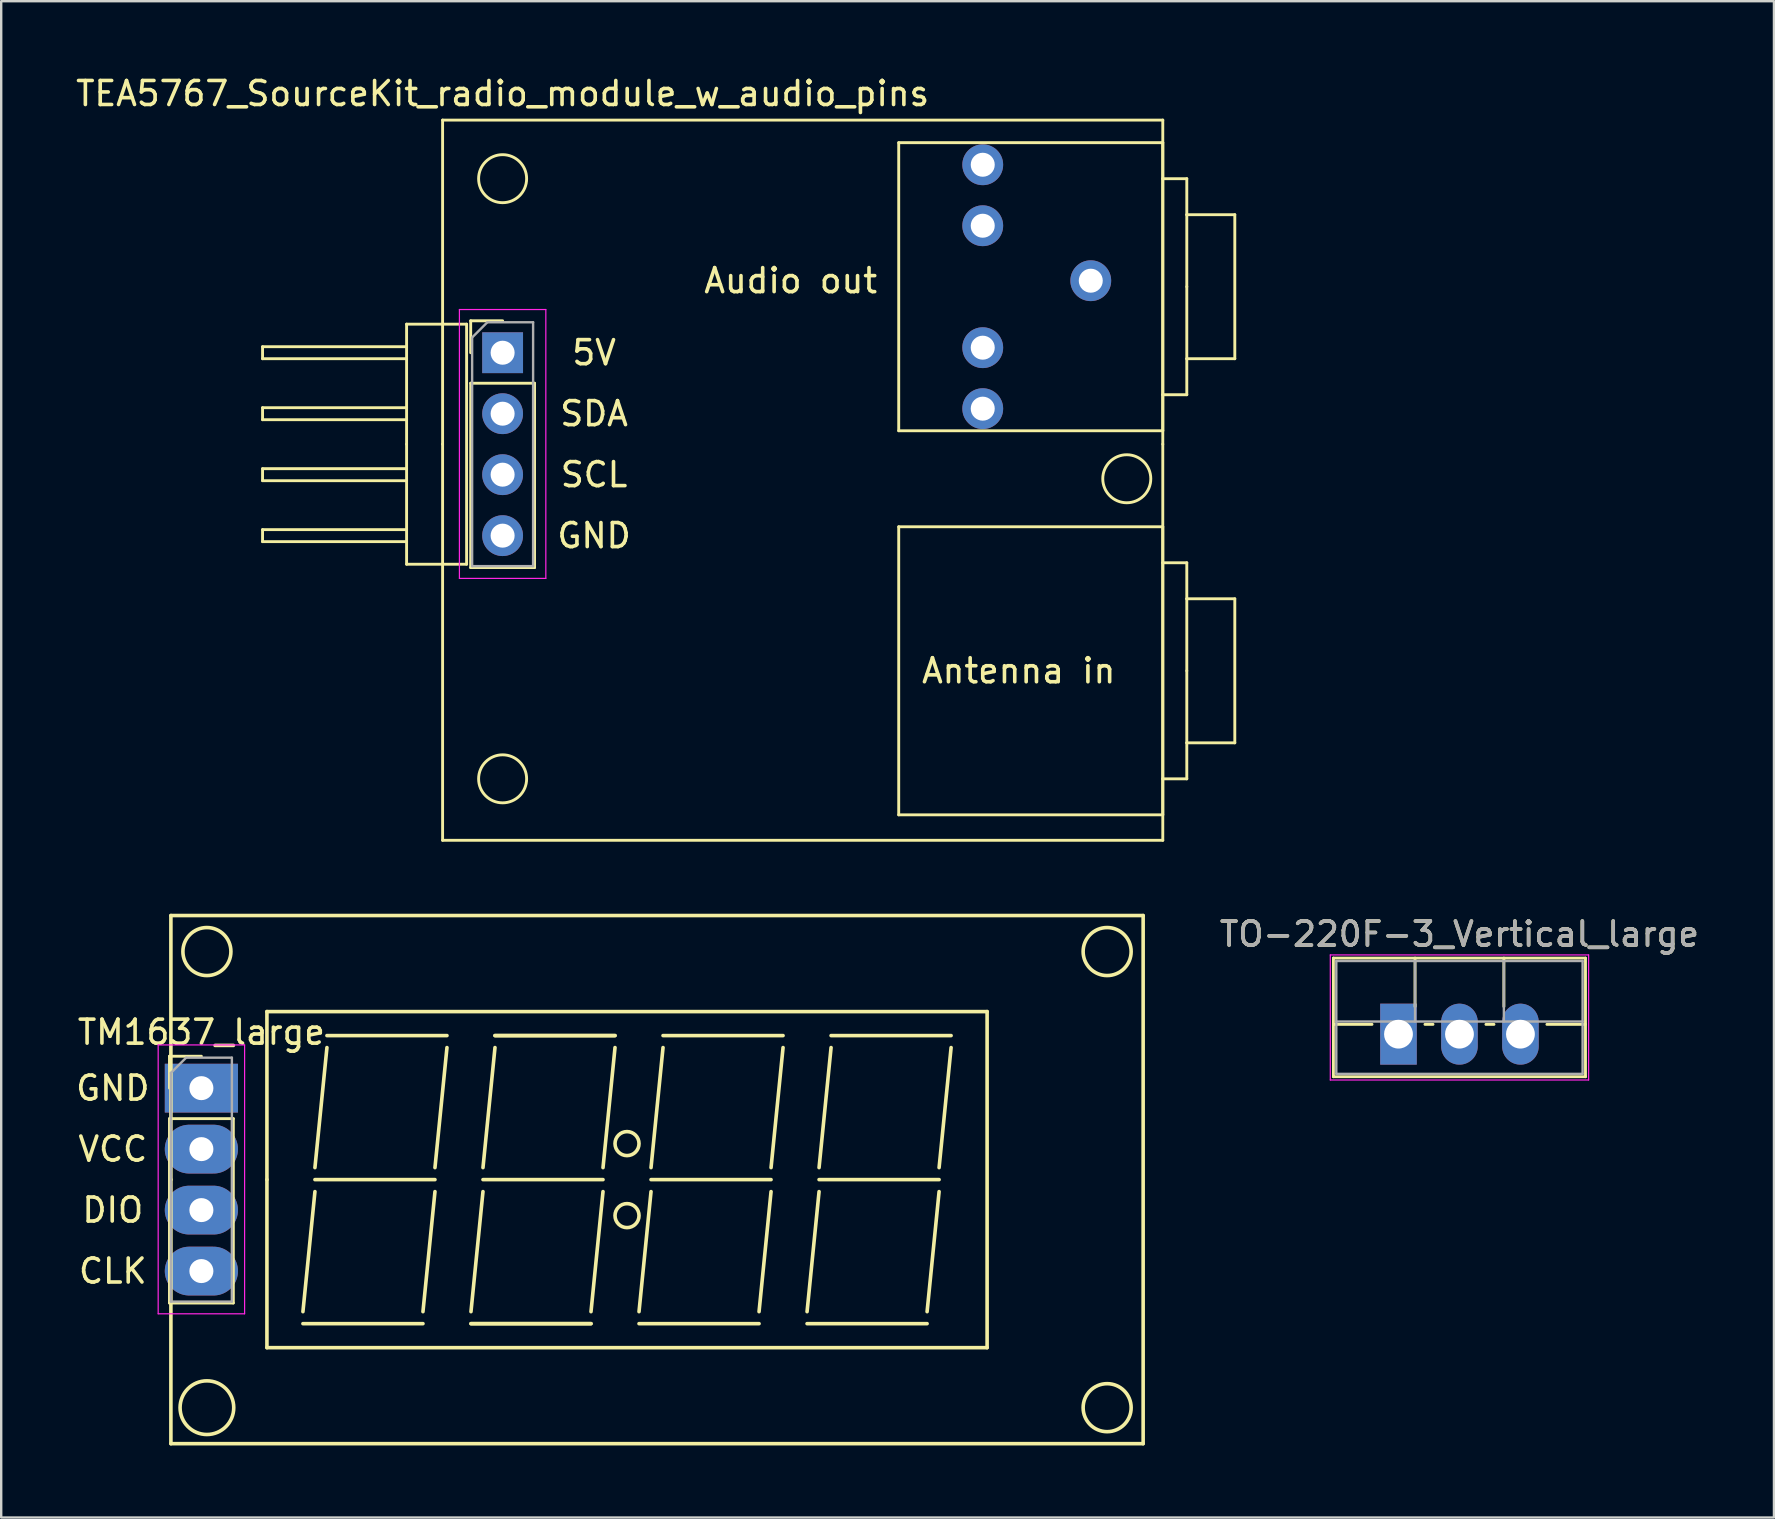
<source format=kicad_pcb>
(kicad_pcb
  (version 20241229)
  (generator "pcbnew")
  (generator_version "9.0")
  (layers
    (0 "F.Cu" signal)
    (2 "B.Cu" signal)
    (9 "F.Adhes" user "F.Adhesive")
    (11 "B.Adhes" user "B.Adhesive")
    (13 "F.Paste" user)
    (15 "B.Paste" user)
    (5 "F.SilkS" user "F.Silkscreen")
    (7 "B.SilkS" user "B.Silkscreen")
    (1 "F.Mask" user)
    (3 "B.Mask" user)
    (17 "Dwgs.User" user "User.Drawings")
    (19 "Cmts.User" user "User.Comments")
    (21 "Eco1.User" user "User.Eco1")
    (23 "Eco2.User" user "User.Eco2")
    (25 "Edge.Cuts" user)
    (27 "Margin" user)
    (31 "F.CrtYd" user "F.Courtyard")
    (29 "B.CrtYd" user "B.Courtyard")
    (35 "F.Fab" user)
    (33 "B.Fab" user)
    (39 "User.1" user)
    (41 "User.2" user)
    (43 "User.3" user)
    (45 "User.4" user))
  (footprint "TO-220F-3_Vertical_large"
    (layer "F.Cu")
    (at 55.205 40.029)
    (property "Reference" "TO-220F-3_Vertical_large" (at 2.54 -4.168 0) (layer "F.SilkS") (effects (font (size 1 1) (thickness 0.15))))
    (attr through_hole)
    (fp_line (start -2.71 -3.168) (end -2.71 1.773) (stroke (width 0.12) (type solid)) (layer "F.SilkS"))
    (fp_line (start -2.71 -3.168) (end 7.79 -3.168) (stroke (width 0.12) (type solid)) (layer "F.SilkS"))
    (fp_line (start -2.71 -0.408) (end -1.103 -0.408) (stroke (width 0.12) (type solid)) (layer "F.SilkS"))
    (fp_line (start -2.71 1.773) (end 7.79 1.773) (stroke (width 0.12) (type solid)) (layer "F.SilkS"))
    (fp_line (start 0.69 -3.168) (end 0.69 -1.15) (stroke (width 0.12) (type solid)) (layer "F.SilkS"))
    (fp_line (start 1.103 -0.408) (end 1.438 -0.408) (stroke (width 0.12) (type solid)) (layer "F.SilkS"))
    (fp_line (start 3.643 -0.408) (end 3.978 -0.408) (stroke (width 0.12) (type solid)) (layer "F.SilkS"))
    (fp_line (start 4.391 -3.168) (end 4.391 -1.15) (stroke (width 0.12) (type solid)) (layer "F.SilkS"))
    (fp_line (start 6.183 -0.408) (end 7.79 -0.408) (stroke (width 0.12) (type solid)) (layer "F.SilkS"))
    (fp_line (start 7.79 -3.168) (end 7.79 1.773) (stroke (width 0.12) (type solid)) (layer "F.SilkS"))
    (fp_line (start -2.84 -3.3) (end -2.84 1.91) (stroke (width 0.05) (type solid)) (layer "F.CrtYd"))
    (fp_line (start -2.84 1.91) (end 7.92 1.91) (stroke (width 0.05) (type solid)) (layer "F.CrtYd"))
    (fp_line (start 7.92 -3.3) (end -2.84 -3.3) (stroke (width 0.05) (type solid)) (layer "F.CrtYd"))
    (fp_line (start 7.92 1.91) (end 7.92 -3.3) (stroke (width 0.05) (type solid)) (layer "F.CrtYd"))
    (fp_line (start -2.59 -3.047) (end -2.59 1.653) (stroke (width 0.1) (type solid)) (layer "F.Fab"))
    (fp_line (start -2.59 -0.527) (end 7.67 -0.527) (stroke (width 0.1) (type solid)) (layer "F.Fab"))
    (fp_line (start -2.59 1.653) (end 7.67 1.653) (stroke (width 0.1) (type solid)) (layer "F.Fab"))
    (fp_line (start 0.69 -3.047) (end 0.69 -0.527) (stroke (width 0.1) (type solid)) (layer "F.Fab"))
    (fp_line (start 4.39 -3.047) (end 4.39 -0.527) (stroke (width 0.1) (type solid)) (layer "F.Fab"))
    (fp_line (start 7.67 -3.047) (end -2.59 -3.047) (stroke (width 0.1) (type solid)) (layer "F.Fab"))
    (fp_line (start 7.67 1.653) (end 7.67 -3.047) (stroke (width 0.1) (type solid)) (layer "F.Fab"))
    (fp_text user "${REFERENCE}" (at 2.54 -4.168 0) (layer "F.Fab") (effects (font (size 1 1) (thickness 0.15))))
    (pad "1" thru_hole rect (at 0 0) (size 1.524 2.54) (drill 1.2) (layers "*.Cu" "*.Mask"))
    (pad "2" thru_hole oval (at 2.54 0) (size 1.524 2.54) (drill 1.2) (layers "*.Cu" "*.Mask"))
    (pad "3" thru_hole oval (at 5.08 0) (size 1.524 2.54) (drill 1.2) (layers "*.Cu" "*.Mask")))
  (footprint "TM1637_large"
    (layer "F.Cu")
    (at 4.069 46.088)
    (property "Reference" "TM1637_large" (at 1.27 -6.14 0) (layer "F.SilkS") (effects (font (size 1 1) (thickness 0.15))))
    (attr through_hole)
    (fp_line (start -0.06 -5.14) (end 1.27 -5.14) (stroke (width 0.12) (type solid)) (layer "F.SilkS"))
    (fp_line (start -0.06 -3.81) (end -0.06 -5.14) (stroke (width 0.12) (type solid)) (layer "F.SilkS"))
    (fp_line (start -0.06 -2.54) (end -0.06 5.14) (stroke (width 0.12) (type solid)) (layer "F.SilkS"))
    (fp_line (start -0.06 -2.54) (end 2.6 -2.54) (stroke (width 0.12) (type solid)) (layer "F.SilkS"))
    (fp_line (start -0.06 5.14) (end 2.6 5.14) (stroke (width 0.12) (type solid)) (layer "F.SilkS"))
    (fp_line (start 0 -11) (end 40.5 -11) (stroke (width 0.15) (type solid)) (layer "F.SilkS"))
    (fp_line (start 0 0) (end 0 -11) (stroke (width 0.15) (type solid)) (layer "F.SilkS"))
    (fp_line (start 0 11) (end 0 0) (stroke (width 0.15) (type solid)) (layer "F.SilkS"))
    (fp_line (start 2.6 -2.54) (end 2.6 5.14) (stroke (width 0.12) (type solid)) (layer "F.SilkS"))
    (fp_line (start 4 -7) (end 34 -7) (stroke (width 0.15) (type solid)) (layer "F.SilkS"))
    (fp_line (start 4 0) (end 4 -7) (stroke (width 0.15) (type solid)) (layer "F.SilkS"))
    (fp_line (start 4 7) (end 4 0) (stroke (width 0.15) (type solid)) (layer "F.SilkS"))
    (fp_line (start 5.5 6) (end 10.5 6) (stroke (width 0.15) (type solid)) (layer "F.SilkS"))
    (fp_line (start 6 0) (end 11 0) (stroke (width 0.15) (type solid)) (layer "F.SilkS"))
    (fp_line (start 6 0.5) (end 5.5 5.5) (stroke (width 0.15) (type solid)) (layer "F.SilkS"))
    (fp_line (start 6.5 -6) (end 11.5 -6) (stroke (width 0.15) (type solid)) (layer "F.SilkS"))
    (fp_line (start 6.5 -5.5) (end 6 -0.5) (stroke (width 0.15) (type solid)) (layer "F.SilkS"))
    (fp_line (start 11 0.5) (end 10.5 5.5) (stroke (width 0.15) (type solid)) (layer "F.SilkS"))
    (fp_line (start 11.5 -5.5) (end 11 -0.5) (stroke (width 0.15) (type solid)) (layer "F.SilkS"))
    (fp_line (start 12.5 6) (end 17.5 6) (stroke (width 0.15) (type solid)) (layer "F.SilkS"))
    (fp_line (start 12.5 6) (end 17.5 6) (stroke (width 0.15) (type solid)) (layer "F.SilkS"))
    (fp_line (start 13 0) (end 18 0) (stroke (width 0.15) (type solid)) (layer "F.SilkS"))
    (fp_line (start 13 0.5) (end 12.5 5.5) (stroke (width 0.15) (type solid)) (layer "F.SilkS"))
    (fp_line (start 13.5 -6) (end 18.5 -6) (stroke (width 0.15) (type solid)) (layer "F.SilkS"))
    (fp_line (start 13.5 -6) (end 18.5 -6) (stroke (width 0.15) (type solid)) (layer "F.SilkS"))
    (fp_line (start 13.5 -5.5) (end 13 -0.5) (stroke (width 0.15) (type solid)) (layer "F.SilkS"))
    (fp_line (start 18 0.5) (end 17.5 5.5) (stroke (width 0.15) (type solid)) (layer "F.SilkS"))
    (fp_line (start 18.5 -5.5) (end 18 -0.5) (stroke (width 0.15) (type solid)) (layer "F.SilkS"))
    (fp_line (start 19.5 6) (end 24.5 6) (stroke (width 0.15) (type solid)) (layer "F.SilkS"))
    (fp_line (start 20 0) (end 25 0) (stroke (width 0.15) (type solid)) (layer "F.SilkS"))
    (fp_line (start 20 0.5) (end 19.5 5.5) (stroke (width 0.15) (type solid)) (layer "F.SilkS"))
    (fp_line (start 20.5 -6) (end 25.5 -6) (stroke (width 0.15) (type solid)) (layer "F.SilkS"))
    (fp_line (start 20.5 -5.5) (end 20 -0.5) (stroke (width 0.15) (type solid)) (layer "F.SilkS"))
    (fp_line (start 25 0.5) (end 24.5 5.5) (stroke (width 0.15) (type solid)) (layer "F.SilkS"))
    (fp_line (start 25.5 -5.5) (end 25 -0.5) (stroke (width 0.15) (type solid)) (layer "F.SilkS"))
    (fp_line (start 26.5 6) (end 31.5 6) (stroke (width 0.15) (type solid)) (layer "F.SilkS"))
    (fp_line (start 27 0) (end 32 0) (stroke (width 0.15) (type solid)) (layer "F.SilkS"))
    (fp_line (start 27 0.5) (end 26.5 5.5) (stroke (width 0.15) (type solid)) (layer "F.SilkS"))
    (fp_line (start 27.5 -6) (end 32.5 -6) (stroke (width 0.15) (type solid)) (layer "F.SilkS"))
    (fp_line (start 27.5 -5.5) (end 27 -0.5) (stroke (width 0.15) (type solid)) (layer "F.SilkS"))
    (fp_line (start 32 0.5) (end 31.5 5.5) (stroke (width 0.15) (type solid)) (layer "F.SilkS"))
    (fp_line (start 32.5 -5.5) (end 32 -0.5) (stroke (width 0.15) (type solid)) (layer "F.SilkS"))
    (fp_line (start 34 -7) (end 34 7) (stroke (width 0.15) (type solid)) (layer "F.SilkS"))
    (fp_line (start 34 7) (end 4 7) (stroke (width 0.15) (type solid)) (layer "F.SilkS"))
    (fp_line (start 40.5 -11) (end 40.5 11) (stroke (width 0.15) (type solid)) (layer "F.SilkS"))
    (fp_line (start 40.5 11) (end 0 11) (stroke (width 0.15) (type solid)) (layer "F.SilkS"))
    (fp_circle (center 1.5 -9.5) (end 0.5 -9.5) (stroke (width 0.15) (type solid)) (fill no) (layer "F.SilkS"))
    (fp_circle (center 1.5 9.5) (end 0.5 10) (stroke (width 0.15) (type solid)) (fill no) (layer "F.SilkS"))
    (fp_circle (center 19 -1.5) (end 18.5 -1.5) (stroke (width 0.15) (type solid)) (fill no) (layer "F.SilkS"))
    (fp_circle (center 19 1.5) (end 18.5 1.5) (stroke (width 0.15) (type solid)) (fill no) (layer "F.SilkS"))
    (fp_circle (center 39 -9.5) (end 40 -9.5) (stroke (width 0.15) (type solid)) (fill no) (layer "F.SilkS"))
    (fp_circle (center 39 9.5) (end 40 9.5) (stroke (width 0.15) (type solid)) (fill no) (layer "F.SilkS"))
    (fp_line (start -0.53 -5.61) (end -0.53 5.59) (stroke (width 0.05) (type solid)) (layer "F.CrtYd"))
    (fp_line (start -0.53 5.59) (end 3.07 5.59) (stroke (width 0.05) (type solid)) (layer "F.CrtYd"))
    (fp_line (start 3.07 -5.61) (end -0.53 -5.61) (stroke (width 0.05) (type solid)) (layer "F.CrtYd"))
    (fp_line (start 3.07 5.59) (end 3.07 -5.61) (stroke (width 0.05) (type solid)) (layer "F.CrtYd"))
    (fp_line (start 0 -4.445) (end 0.635 -5.08) (stroke (width 0.1) (type solid)) (layer "F.Fab"))
    (fp_line (start 0 5.08) (end 0 -4.445) (stroke (width 0.1) (type solid)) (layer "F.Fab"))
    (fp_line (start 0.635 -5.08) (end 2.54 -5.08) (stroke (width 0.1) (type solid)) (layer "F.Fab"))
    (fp_line (start 2.54 -5.08) (end 2.54 5.08) (stroke (width 0.1) (type solid)) (layer "F.Fab"))
    (fp_line (start 2.54 5.08) (end 0 5.08) (stroke (width 0.1) (type solid)) (layer "F.Fab"))
    (fp_text user "VCC" (at -2.42 -1.27 0) (layer "F.SilkS") (effects (font (size 1 1) (thickness 0.15))))
    (fp_text user "CLK" (at -2.42 3.81 0) (layer "F.SilkS") (effects (font (size 1 1) (thickness 0.15))))
    (fp_text user "GND" (at -2.42 -3.81 0) (layer "F.SilkS") (effects (font (size 1 1) (thickness 0.15))))
    (fp_text user "DIO" (at -2.42 1.27 0) (layer "F.SilkS") (effects (font (size 1 1) (thickness 0.15))))
    (pad "1" thru_hole rect (at 1.27 -3.81) (size 3.048 2.032) (drill 1) (layers "*.Cu" "*.Mask"))
    (pad "2" thru_hole oval (at 1.27 -1.27) (size 3.048 2.032) (drill 1) (layers "*.Cu" "*.Mask"))
    (pad "3" thru_hole oval (at 1.27 1.27) (size 3.048 2.032) (drill 1) (layers "*.Cu" "*.Mask"))
    (pad "4" thru_hole oval (at 1.27 3.81) (size 3.048 2.032) (drill 1) (layers "*.Cu" "*.Mask")))
  (footprint "TEA5767_SourceKit_radio_module_w_audio_pins"
    (layer "F.Cu")
    (at 37.887 8.893)
    (property "Reference" "TEA5767_SourceKit_radio_module_w_audio_pins" (at -20 -8.045 0) (layer "F.SilkS") (effects (font (size 1 1) (thickness 0.15))))
    (attr through_hole)
    (fp_line (start -30 2.5) (end -30 3) (stroke (width 0.12) (type solid)) (layer "F.SilkS"))
    (fp_line (start -30 3) (end -24 3) (stroke (width 0.12) (type solid)) (layer "F.SilkS"))
    (fp_line (start -30 5.04) (end -30 5.54) (stroke (width 0.12) (type solid)) (layer "F.SilkS"))
    (fp_line (start -30 5.54) (end -24 5.54) (stroke (width 0.12) (type solid)) (layer "F.SilkS"))
    (fp_line (start -30 7.58) (end -30 8.08) (stroke (width 0.12) (type solid)) (layer "F.SilkS"))
    (fp_line (start -30 8.08) (end -24 8.08) (stroke (width 0.12) (type solid)) (layer "F.SilkS"))
    (fp_line (start -30 10.12) (end -30 10.62) (stroke (width 0.12) (type solid)) (layer "F.SilkS"))
    (fp_line (start -30 10.62) (end -24 10.62) (stroke (width 0.12) (type solid)) (layer "F.SilkS"))
    (fp_line (start -24 1.56) (end -21.5 1.56) (stroke (width 0.12) (type solid)) (layer "F.SilkS"))
    (fp_line (start -24 2.5) (end -30 2.5) (stroke (width 0.12) (type solid)) (layer "F.SilkS"))
    (fp_line (start -24 5.04) (end -30 5.04) (stroke (width 0.12) (type solid)) (layer "F.SilkS"))
    (fp_line (start -24 6.56) (end -24 1.56) (stroke (width 0.12) (type solid)) (layer "F.SilkS"))
    (fp_line (start -24 7.58) (end -30 7.58) (stroke (width 0.12) (type solid)) (layer "F.SilkS"))
    (fp_line (start -24 10.12) (end -30 10.12) (stroke (width 0.12) (type solid)) (layer "F.SilkS"))
    (fp_line (start -24 11.56) (end -24 6.56) (stroke (width 0.12) (type solid)) (layer "F.SilkS"))
    (fp_line (start -22.5 -6.94) (end 7.5 -6.94) (stroke (width 0.12) (type solid)) (layer "F.SilkS"))
    (fp_line (start -22.5 6.56) (end -22.5 -6.94) (stroke (width 0.12) (type solid)) (layer "F.SilkS"))
    (fp_line (start -22.5 23.06) (end -22.5 6.56) (stroke (width 0.12) (type solid)) (layer "F.SilkS"))
    (fp_line (start -21.5 1.56) (end -21.5 11.56) (stroke (width 0.12) (type solid)) (layer "F.SilkS"))
    (fp_line (start -21.5 11.56) (end -24 11.56) (stroke (width 0.12) (type solid)) (layer "F.SilkS"))
    (fp_line (start -21.33 1.42) (end -20 1.42) (stroke (width 0.12) (type solid)) (layer "F.SilkS"))
    (fp_line (start -21.33 2.75) (end -21.33 1.42) (stroke (width 0.12) (type solid)) (layer "F.SilkS"))
    (fp_line (start -21.33 4.02) (end -21.33 11.7) (stroke (width 0.12) (type solid)) (layer "F.SilkS"))
    (fp_line (start -21.33 4.02) (end -18.67 4.02) (stroke (width 0.12) (type solid)) (layer "F.SilkS"))
    (fp_line (start -21.33 11.7) (end -18.67 11.7) (stroke (width 0.12) (type solid)) (layer "F.SilkS"))
    (fp_line (start -18.67 4.02) (end -18.67 11.7) (stroke (width 0.12) (type solid)) (layer "F.SilkS"))
    (fp_line (start -3.5 -6) (end -3.5 6) (stroke (width 0.12) (type solid)) (layer "F.SilkS"))
    (fp_line (start -3.5 6) (end 7.5 6) (stroke (width 0.12) (type solid)) (layer "F.SilkS"))
    (fp_line (start -3.5 10) (end -3.5 22) (stroke (width 0.12) (type solid)) (layer "F.SilkS"))
    (fp_line (start -3.5 22) (end 7.5 22) (stroke (width 0.12) (type solid)) (layer "F.SilkS"))
    (fp_line (start 7.5 -6.94) (end 7.5 6.56) (stroke (width 0.12) (type solid)) (layer "F.SilkS"))
    (fp_line (start 7.5 -6) (end -3.5 -6) (stroke (width 0.12) (type solid)) (layer "F.SilkS"))
    (fp_line (start 7.5 -4.5) (end 7.5 -6) (stroke (width 0.12) (type solid)) (layer "F.SilkS"))
    (fp_line (start 7.5 -4.5) (end 7.5 4.5) (stroke (width 0.12) (type solid)) (layer "F.SilkS"))
    (fp_line (start 7.5 4.5) (end 8.5 4.5) (stroke (width 0.12) (type solid)) (layer "F.SilkS"))
    (fp_line (start 7.5 6) (end 7.5 4.5) (stroke (width 0.12) (type solid)) (layer "F.SilkS"))
    (fp_line (start 7.5 6.56) (end 7.5 23.06) (stroke (width 0.12) (type solid)) (layer "F.SilkS"))
    (fp_line (start 7.5 10) (end -3.5 10) (stroke (width 0.12) (type solid)) (layer "F.SilkS"))
    (fp_line (start 7.5 11.5) (end 7.5 10) (stroke (width 0.12) (type solid)) (layer "F.SilkS"))
    (fp_line (start 7.5 11.5) (end 7.5 20.5) (stroke (width 0.12) (type solid)) (layer "F.SilkS"))
    (fp_line (start 7.5 20.5) (end 8.5 20.5) (stroke (width 0.12) (type solid)) (layer "F.SilkS"))
    (fp_line (start 7.5 22) (end 7.5 20.5) (stroke (width 0.12) (type solid)) (layer "F.SilkS"))
    (fp_line (start 7.5 23.06) (end -22.5 23.06) (stroke (width 0.12) (type solid)) (layer "F.SilkS"))
    (fp_line (start 8.5 -4.5) (end 7.5 -4.5) (stroke (width 0.12) (type solid)) (layer "F.SilkS"))
    (fp_line (start 8.5 -3) (end 8.5 -4.5) (stroke (width 0.12) (type solid)) (layer "F.SilkS"))
    (fp_line (start 8.5 -3) (end 10.5 -3) (stroke (width 0.12) (type solid)) (layer "F.SilkS"))
    (fp_line (start 8.5 0) (end 8.5 -3) (stroke (width 0.12) (type solid)) (layer "F.SilkS"))
    (fp_line (start 8.5 3) (end 8.5 0) (stroke (width 0.12) (type solid)) (layer "F.SilkS"))
    (fp_line (start 8.5 4.5) (end 8.5 3) (stroke (width 0.12) (type solid)) (layer "F.SilkS"))
    (fp_line (start 8.5 11.5) (end 7.5 11.5) (stroke (width 0.12) (type solid)) (layer "F.SilkS"))
    (fp_line (start 8.5 13) (end 8.5 11.5) (stroke (width 0.12) (type solid)) (layer "F.SilkS"))
    (fp_line (start 8.5 13) (end 10.5 13) (stroke (width 0.12) (type solid)) (layer "F.SilkS"))
    (fp_line (start 8.5 16) (end 8.5 13) (stroke (width 0.12) (type solid)) (layer "F.SilkS"))
    (fp_line (start 8.5 19) (end 8.5 16) (stroke (width 0.12) (type solid)) (layer "F.SilkS"))
    (fp_line (start 8.5 20.5) (end 8.5 19) (stroke (width 0.12) (type solid)) (layer "F.SilkS"))
    (fp_line (start 10.5 -3) (end 10.5 3) (stroke (width 0.12) (type solid)) (layer "F.SilkS"))
    (fp_line (start 10.5 3) (end 8.5 3) (stroke (width 0.12) (type solid)) (layer "F.SilkS"))
    (fp_line (start 10.5 13) (end 10.5 19) (stroke (width 0.12) (type solid)) (layer "F.SilkS"))
    (fp_line (start 10.5 19) (end 8.5 19) (stroke (width 0.12) (type solid)) (layer "F.SilkS"))
    (fp_circle (center -20 -4.5) (end -19 -4.5) (stroke (width 0.12) (type solid)) (fill no) (layer "F.SilkS"))
    (fp_circle (center -20 20.5) (end -19 20.5) (stroke (width 0.12) (type solid)) (fill no) (layer "F.SilkS"))
    (fp_circle (center 6 8) (end 7 8) (stroke (width 0.12) (type solid)) (fill no) (layer "F.SilkS"))
    (fp_line (start -21.8 0.95) (end -21.8 12.15) (stroke (width 0.05) (type solid)) (layer "F.CrtYd"))
    (fp_line (start -21.8 12.15) (end -18.2 12.15) (stroke (width 0.05) (type solid)) (layer "F.CrtYd"))
    (fp_line (start -18.2 0.95) (end -21.8 0.95) (stroke (width 0.05) (type solid)) (layer "F.CrtYd"))
    (fp_line (start -18.2 12.15) (end -18.2 0.95) (stroke (width 0.05) (type solid)) (layer "F.CrtYd"))
    (fp_line (start -21.27 2.115) (end -20.635 1.48) (stroke (width 0.1) (type solid)) (layer "F.Fab"))
    (fp_line (start -21.27 11.64) (end -21.27 2.115) (stroke (width 0.1) (type solid)) (layer "F.Fab"))
    (fp_line (start -20.635 1.48) (end -18.73 1.48) (stroke (width 0.1) (type solid)) (layer "F.Fab"))
    (fp_line (start -18.73 1.48) (end -18.73 11.64) (stroke (width 0.1) (type solid)) (layer "F.Fab"))
    (fp_line (start -18.73 11.64) (end -21.27 11.64) (stroke (width 0.1) (type solid)) (layer "F.Fab"))
    (fp_text user "GND" (at -16.19 10.37 0) (layer "F.SilkS") (effects (font (size 1 1) (thickness 0.15))))
    (fp_text user "SCL" (at -16.19 7.83 0) (layer "F.SilkS") (effects (font (size 1 1) (thickness 0.15))))
    (fp_text user "SDA" (at -16.19 5.29 0) (layer "F.SilkS") (effects (font (size 1 1) (thickness 0.15))))
    (fp_text user "Antenna in" (at 1.5 16 0) (layer "F.SilkS") (effects (font (size 1 1) (thickness 0.15))))
    (fp_text user "5V" (at -16.19 2.75 0) (layer "F.SilkS") (effects (font (size 1 1) (thickness 0.15))))
    (fp_text user "Audio out" (at -8 -0.25 0) (layer "F.SilkS") (effects (font (size 1 1) (thickness 0.15))))
    (pad "1" thru_hole rect (at -20 2.75) (size 1.7 1.7) (drill 1) (layers "*.Cu" "*.Mask"))
    (pad "2" thru_hole oval (at -20 5.29) (size 1.7 1.7) (drill 1) (layers "*.Cu" "*.Mask"))
    (pad "3" thru_hole oval (at -20 7.83) (size 1.7 1.7) (drill 1) (layers "*.Cu" "*.Mask"))
    (pad "4" thru_hole oval (at -20 10.37) (size 1.7 1.7) (drill 1) (layers "*.Cu" "*.Mask"))
    (pad "5" thru_hole oval (at 4.5 -0.25) (size 1.7 1.7) (drill 1) (layers "*.Cu" "*.Mask"))
    (pad "6" thru_hole oval (at 0 -2.54) (size 1.7 1.7) (drill 1) (layers "*.Cu" "*.Mask"))
    (pad "7" thru_hole oval (at 0 -5.08) (size 1.7 1.7) (drill 1) (layers "*.Cu" "*.Mask"))
    (pad "8" thru_hole oval (at 0 2.54) (size 1.7 1.7) (drill 1) (layers "*.Cu" "*.Mask"))
    (pad "9" thru_hole oval (at 0 5.08) (size 1.7 1.7) (drill 1) (layers "*.Cu" "*.Mask")))
  (gr_rect
    (start -3 -3)
    (end 70.846 60.163)
    (stroke (width 0.1) (type default))
    (fill no)
    (layer "Edge.Cuts")))
</source>
